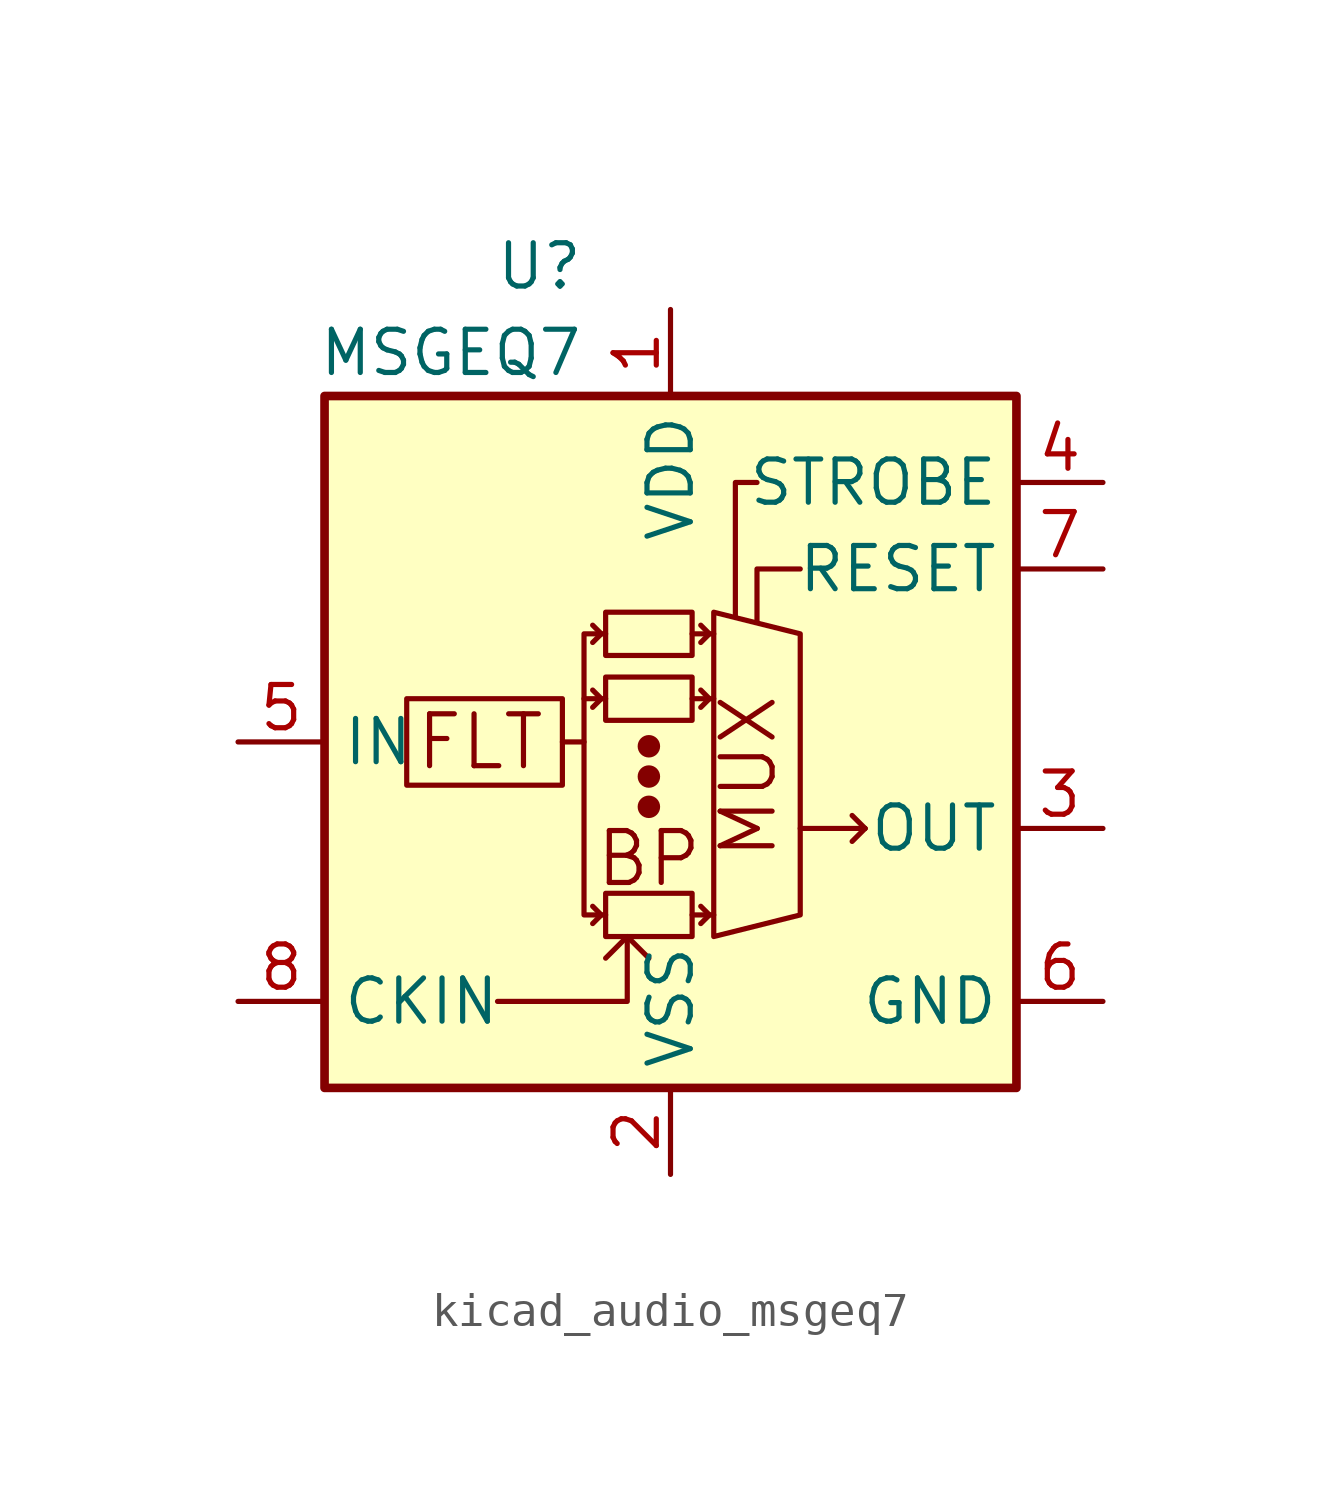
<source format=kicad_sym>
(kicad_symbol_lib
  (version 20220914)
  (generator kicad_symbol_editor)
  (symbol "kicad_audio_msgeq7"
    (property "Reference" "U"
      (at -2.54 13.97 0)
      (effects (font (size 1.27 1.27)) (justify right)))
    (property "Value" "MSGEQ7"
      (at -2.54 11.43 0)
      (effects (font (size 1.27 1.27)) (justify right)))
    (symbol "kicad_audio_msgeq7_0_0"
      (polyline (pts (xy -5.08 -7.62) (xy -1.27 -7.62) (xy -1.27 -5.715)) (stroke (width 0) (type default)) (fill (type none)))
      (polyline (pts (xy -1.905 -6.35) (xy -1.27 -5.715) (xy -0.635 -6.35)) (stroke (width 0) (type default)) (fill (type none)))
      (polyline (pts (xy 2.54 7.62) (xy 1.905 7.62) (xy 1.905 3.683)) (stroke (width 0) (type default)) (fill (type none)))
      (polyline (pts (xy 3.81 5.08) (xy 2.54 5.08) (xy 2.54 3.556)) (stroke (width 0) (type default)) (fill (type none)))
      (text "BP" (at -0.635 -3.429 0) (effects (font (size 1.524 1.524))))
      (text "FLT" (at -5.588 0 0) (effects (font (size 1.524 1.524))))
      (text "MUX" (at 2.286 -1.016 900) (effects (font (size 1.524 1.524)))))
    (symbol "kicad_audio_msgeq7_0_1"
      (rectangle (start -3.175 -1.27) (end -7.747 1.27) (stroke (width 0) (type default)) (fill (type none)))
      (rectangle (start -1.905 -4.445) (end 0.635 -5.715) (stroke (width 0) (type default)) (fill (type none)))
      (rectangle (start -1.905 1.905) (end 0.635 0.635) (stroke (width 0) (type default)) (fill (type none)))
      (circle (center -0.635 -1.905) (radius 0.254) (stroke (width 0) (type default)) (fill (type outline)))
      (circle (center -0.635 -1.016) (radius 0.254) (stroke (width 0) (type default)) (fill (type outline)))
      (circle (center -0.635 -0.127) (radius 0.254) (stroke (width 0) (type default)) (fill (type outline)))
      (polyline (pts (xy -3.175 0) (xy -2.54 0)) (stroke (width 0) (type default)) (fill (type none)))
      (polyline (pts (xy -2.54 1.27) (xy -1.905 1.27)) (stroke (width 0) (type default)) (fill (type none)))
      (polyline (pts (xy 0.635 -5.08) (xy 1.27 -5.08)) (stroke (width 0) (type default)) (fill (type none)))
      (polyline (pts (xy 0.635 1.27) (xy 1.27 1.27)) (stroke (width 0) (type default)) (fill (type none)))
      (polyline (pts (xy 0.635 3.175) (xy 1.27 3.175)) (stroke (width 0) (type default)) (fill (type none)))
      (polyline (pts (xy 3.81 -2.54) (xy 5.715 -2.54)) (stroke (width 0) (type default)) (fill (type none)))
      (polyline (pts (xy 5.715 -2.54) (xy 5.334 -2.921)) (stroke (width 0) (type default)) (fill (type none)))
      (polyline (pts (xy 5.715 -2.54) (xy 5.334 -2.159)) (stroke (width 0) (type default)) (fill (type none)))
      (polyline (pts (xy -2.286 -4.826) (xy -2.032 -5.08) (xy -2.286 -5.334)) (stroke (width 0) (type default)) (fill (type none)))
      (polyline (pts (xy -2.286 1.524) (xy -2.032 1.27) (xy -2.286 1.016)) (stroke (width 0) (type default)) (fill (type none)))
      (polyline (pts (xy -2.286 3.429) (xy -2.032 3.175) (xy -2.286 2.921)) (stroke (width 0) (type default)) (fill (type none)))
      (polyline (pts (xy 0.889 -4.826) (xy 1.143 -5.08) (xy 0.889 -5.334)) (stroke (width 0) (type default)) (fill (type none)))
      (polyline (pts (xy 0.889 1.524) (xy 1.143 1.27) (xy 0.889 1.016)) (stroke (width 0) (type default)) (fill (type none)))
      (polyline (pts (xy 0.889 3.429) (xy 1.143 3.175) (xy 0.889 2.921)) (stroke (width 0) (type default)) (fill (type none)))
      (polyline (pts (xy -1.905 3.175) (xy -2.54 3.175) (xy -2.54 -5.08) (xy -1.905 -5.08)) (stroke (width 0) (type default)) (fill (type none)))
      (polyline (pts (xy 1.27 3.81) (xy 1.27 -5.715) (xy 3.81 -5.08) (xy 3.81 3.175) (xy 1.27 3.81)) (stroke (width 0) (type default)) (fill (type none)))
      (rectangle (start 0.635 2.54) (end -1.905 3.81) (stroke (width 0) (type default)) (fill (type none)))
      (rectangle (start 10.16 10.16) (end -10.16 -10.16) (stroke (width 0.254) (type default)) (fill (type background))))
    (symbol "kicad_audio_msgeq7_1_1"
      (pin power_in line (at 0 12.7 270) (length 2.54) (name "VDD" (effects (font (size 1.27 1.27)))) (number "1" (effects (font (size 1.27 1.27)))))
      (pin power_in line (at 0 -12.7 90) (length 2.54) (name "VSS" (effects (font (size 1.27 1.27)))) (number "2" (effects (font (size 1.27 1.27)))))
      (pin output line (at 12.7 -2.54 180) (length 2.54) (name "OUT" (effects (font (size 1.27 1.27)))) (number "3" (effects (font (size 1.27 1.27)))))
      (pin input line (at 12.7 7.62 180) (length 2.54) (name "STROBE" (effects (font (size 1.27 1.27)))) (number "4" (effects (font (size 1.27 1.27)))))
      (pin input line (at -12.7 0 0) (length 2.54) (name "IN" (effects (font (size 1.27 1.27)))) (number "5" (effects (font (size 1.27 1.27)))))
      (pin power_out line (at 12.7 -7.62 180) (length 2.54) (name "GND" (effects (font (size 1.27 1.27)))) (number "6" (effects (font (size 1.27 1.27)))))
      (pin input line (at 12.7 5.08 180) (length 2.54) (name "RESET" (effects (font (size 1.27 1.27)))) (number "7" (effects (font (size 1.27 1.27)))))
      (pin input line (at -12.7 -7.62 0) (length 2.54) (name "CKIN" (effects (font (size 1.27 1.27)))) (number "8" (effects (font (size 1.27 1.27))))))))
</source>
